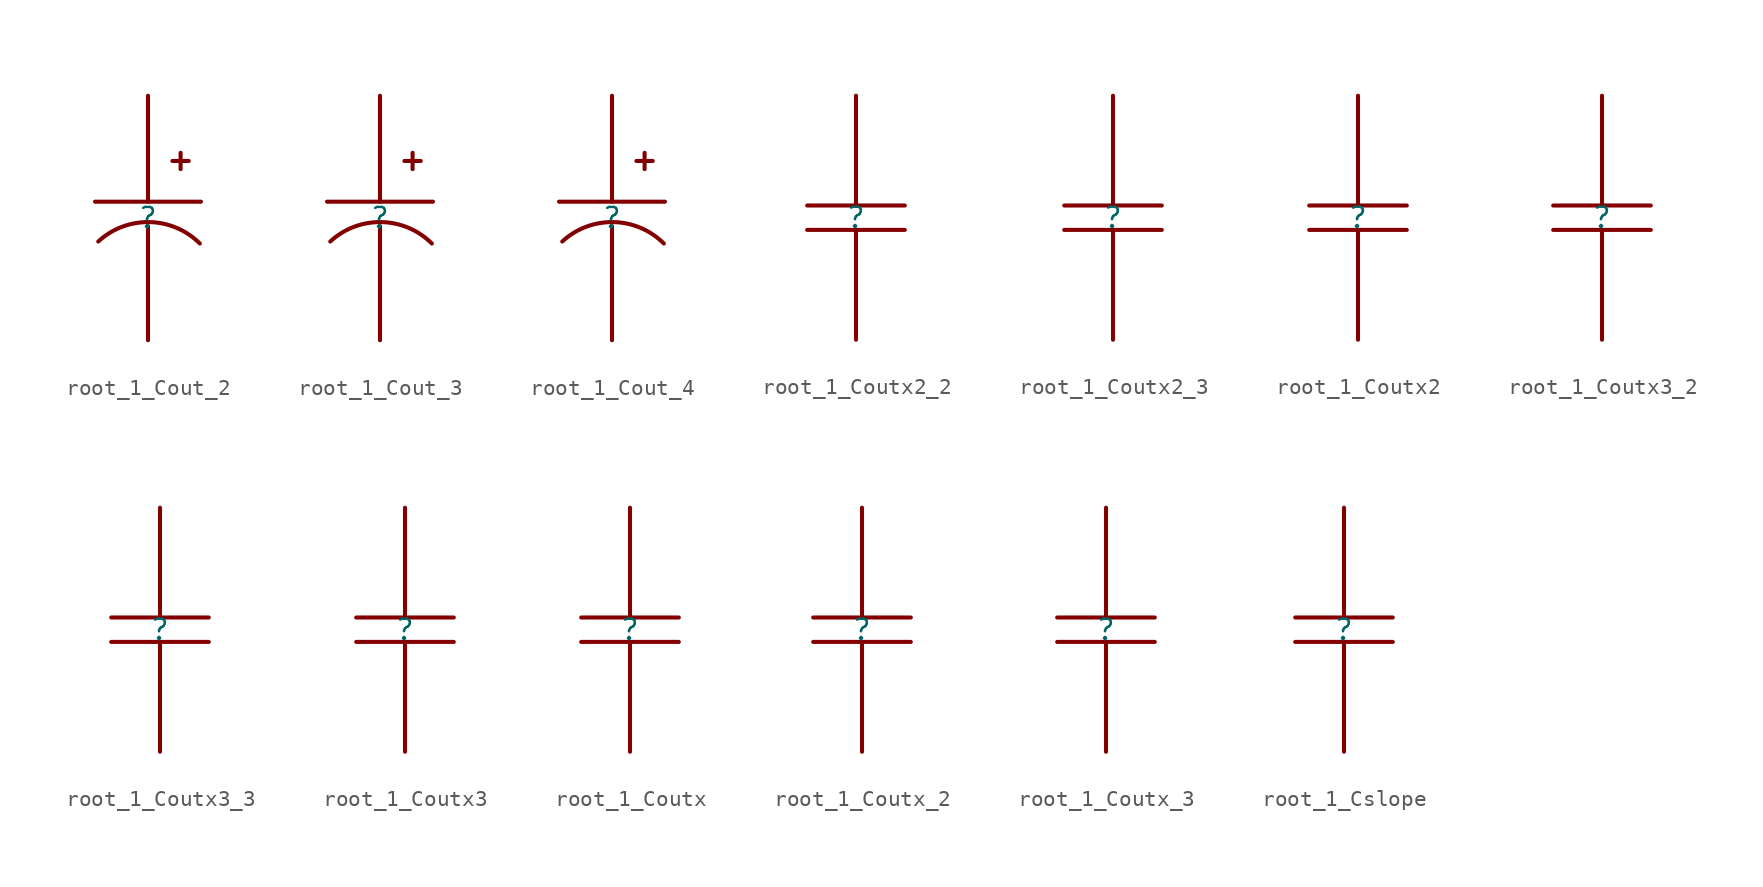
<source format=kicad_sym>
(kicad_symbol_lib
  (version 20231120)
  (generator "kicad_symbol_editor")
  (generator_version "8.0")
  (symbol "root_1_Cout_2"
    (property "Reference" ""
      (at 0 0 0)
      (effects (font (size 1.27 1.27))))
    (property "Value" ""
      (at 0 0 0)
      (effects (font (size 1.27 1.27))))
    (symbol "root_1_Cout_2_1_0"
      (polyline (pts (xy 0 -7.62) (xy 0 -0.508)) (stroke (width 0.254) (type solid)) (fill (type none)))
      (polyline (pts (xy 0 1.016) (xy 0 7.62)) (stroke (width 0.254) (type solid)) (fill (type none)))
      (polyline (pts (xy 2.032 3.048) (xy 2.032 4.064)) (stroke (width 0.254) (type solid)) (fill (type none)))
      (polyline (pts (xy 2.54 3.556) (xy 1.524 3.556)) (stroke (width 0.254) (type solid)) (fill (type none)))
      (polyline (pts (xy 3.302 1.016) (xy -3.302 1.016)) (stroke (width 0.254) (type solid)) (fill (type none)))
      (arc (start 3.2329 -1.5931) (mid 0.0914 -0.2549) (end -3.1011 -1.4665) (stroke (width 0.254) (type solid)) (fill (type none)))
      (pin passive line (at 0 7.62 270) (length 2.54) (name "+" (effects (font (size 0 0)))) (number "1" (effects (font (size 0 0)))))
      (pin passive line (at 0 -7.62 90) (length 2.54) (name "-" (effects (font (size 0 0)))) (number "2" (effects (font (size 0 0)))))))
  (symbol "root_1_Cout_3"
    (property "Reference" ""
      (at 0 0 0)
      (effects (font (size 1.27 1.27))))
    (property "Value" ""
      (at 0 0 0)
      (effects (font (size 1.27 1.27))))
    (symbol "root_1_Cout_3_1_0"
      (polyline (pts (xy 0 -7.62) (xy 0 -0.508)) (stroke (width 0.254) (type solid)) (fill (type none)))
      (polyline (pts (xy 0 1.016) (xy 0 7.62)) (stroke (width 0.254) (type solid)) (fill (type none)))
      (polyline (pts (xy 2.032 3.048) (xy 2.032 4.064)) (stroke (width 0.254) (type solid)) (fill (type none)))
      (polyline (pts (xy 2.54 3.556) (xy 1.524 3.556)) (stroke (width 0.254) (type solid)) (fill (type none)))
      (polyline (pts (xy 3.302 1.016) (xy -3.302 1.016)) (stroke (width 0.254) (type solid)) (fill (type none)))
      (arc (start 3.2329 -1.5931) (mid 0.0914 -0.2549) (end -3.1011 -1.4665) (stroke (width 0.254) (type solid)) (fill (type none)))
      (pin passive line (at 0 7.62 270) (length 2.54) (name "+" (effects (font (size 0 0)))) (number "1" (effects (font (size 0 0)))))
      (pin passive line (at 0 -7.62 90) (length 2.54) (name "-" (effects (font (size 0 0)))) (number "2" (effects (font (size 0 0)))))))
  (symbol "root_1_Cout_4"
    (property "Reference" ""
      (at 0 0 0)
      (effects (font (size 1.27 1.27))))
    (property "Value" ""
      (at 0 0 0)
      (effects (font (size 1.27 1.27))))
    (symbol "root_1_Cout_4_1_0"
      (polyline (pts (xy 0 -7.62) (xy 0 -0.508)) (stroke (width 0.254) (type solid)) (fill (type none)))
      (polyline (pts (xy 0 1.016) (xy 0 7.62)) (stroke (width 0.254) (type solid)) (fill (type none)))
      (polyline (pts (xy 2.032 3.048) (xy 2.032 4.064)) (stroke (width 0.254) (type solid)) (fill (type none)))
      (polyline (pts (xy 2.54 3.556) (xy 1.524 3.556)) (stroke (width 0.254) (type solid)) (fill (type none)))
      (polyline (pts (xy 3.302 1.016) (xy -3.302 1.016)) (stroke (width 0.254) (type solid)) (fill (type none)))
      (arc (start 3.2329 -1.5931) (mid 0.0914 -0.2549) (end -3.1011 -1.4665) (stroke (width 0.254) (type solid)) (fill (type none)))
      (pin passive line (at 0 7.62 270) (length 2.54) (name "+" (effects (font (size 0 0)))) (number "1" (effects (font (size 0 0)))))
      (pin passive line (at 0 -7.62 90) (length 2.54) (name "-" (effects (font (size 0 0)))) (number "2" (effects (font (size 0 0)))))))
  (symbol "root_1_Coutx2_2"
    (property "Reference" ""
      (at 0 0 0)
      (effects (font (size 1.27 1.27))))
    (property "Value" ""
      (at 0 0 0)
      (effects (font (size 1.27 1.27))))
    (symbol "root_1_Coutx2_2_1_0"
      (polyline (pts (xy 0 -7.62) (xy 0 -5.08)) (stroke (width 0.254) (type solid)) (fill (type none)))
      (polyline (pts (xy 0 -5.08) (xy 0 -0.762)) (stroke (width 0.254) (type solid)) (fill (type none)))
      (polyline (pts (xy 0 0.762) (xy 0 5.08)) (stroke (width 0.254) (type solid)) (fill (type none)))
      (polyline (pts (xy 0 7.62) (xy 0 5.08)) (stroke (width 0.254) (type solid)) (fill (type none)))
      (polyline (pts (xy 3.048 -0.762) (xy -3.048 -0.762)) (stroke (width 0.254) (type solid)) (fill (type none)))
      (polyline (pts (xy 3.048 0.762) (xy -3.048 0.762)) (stroke (width 0.254) (type solid)) (fill (type none)))
      (pin passive line (at 0 7.62 270) (length 2.54) (name "1" (effects (font (size 0 0)))) (number "1" (effects (font (size 0 0)))))
      (pin passive line (at 0 -7.62 90) (length 2.54) (name "2" (effects (font (size 0 0)))) (number "2" (effects (font (size 0 0)))))))
  (symbol "root_1_Coutx2_3"
    (property "Reference" ""
      (at 0 0 0)
      (effects (font (size 1.27 1.27))))
    (property "Value" ""
      (at 0 0 0)
      (effects (font (size 1.27 1.27))))
    (symbol "root_1_Coutx2_3_1_0"
      (polyline (pts (xy 0 -7.62) (xy 0 -5.08)) (stroke (width 0.254) (type solid)) (fill (type none)))
      (polyline (pts (xy 0 -5.08) (xy 0 -0.762)) (stroke (width 0.254) (type solid)) (fill (type none)))
      (polyline (pts (xy 0 0.762) (xy 0 5.08)) (stroke (width 0.254) (type solid)) (fill (type none)))
      (polyline (pts (xy 0 7.62) (xy 0 5.08)) (stroke (width 0.254) (type solid)) (fill (type none)))
      (polyline (pts (xy 3.048 -0.762) (xy -3.048 -0.762)) (stroke (width 0.254) (type solid)) (fill (type none)))
      (polyline (pts (xy 3.048 0.762) (xy -3.048 0.762)) (stroke (width 0.254) (type solid)) (fill (type none)))
      (pin passive line (at 0 7.62 270) (length 2.54) (name "1" (effects (font (size 0 0)))) (number "1" (effects (font (size 0 0)))))
      (pin passive line (at 0 -7.62 90) (length 2.54) (name "2" (effects (font (size 0 0)))) (number "2" (effects (font (size 0 0)))))))
  (symbol "root_1_Coutx2"
    (property "Reference" ""
      (at 0 0 0)
      (effects (font (size 1.27 1.27))))
    (property "Value" ""
      (at 0 0 0)
      (effects (font (size 1.27 1.27))))
    (symbol "root_1_Coutx2_1_0"
      (polyline (pts (xy 0 -7.62) (xy 0 -5.08)) (stroke (width 0.254) (type solid)) (fill (type none)))
      (polyline (pts (xy 0 -5.08) (xy 0 -0.762)) (stroke (width 0.254) (type solid)) (fill (type none)))
      (polyline (pts (xy 0 0.762) (xy 0 5.08)) (stroke (width 0.254) (type solid)) (fill (type none)))
      (polyline (pts (xy 0 7.62) (xy 0 5.08)) (stroke (width 0.254) (type solid)) (fill (type none)))
      (polyline (pts (xy 3.048 -0.762) (xy -3.048 -0.762)) (stroke (width 0.254) (type solid)) (fill (type none)))
      (polyline (pts (xy 3.048 0.762) (xy -3.048 0.762)) (stroke (width 0.254) (type solid)) (fill (type none)))
      (pin passive line (at 0 7.62 270) (length 2.54) (name "1" (effects (font (size 0 0)))) (number "1" (effects (font (size 0 0)))))
      (pin passive line (at 0 -7.62 90) (length 2.54) (name "2" (effects (font (size 0 0)))) (number "2" (effects (font (size 0 0)))))))
  (symbol "root_1_Coutx3_2"
    (property "Reference" ""
      (at 0 0 0)
      (effects (font (size 1.27 1.27))))
    (property "Value" ""
      (at 0 0 0)
      (effects (font (size 1.27 1.27))))
    (symbol "root_1_Coutx3_2_1_0"
      (polyline (pts (xy 0 -7.62) (xy 0 -5.08)) (stroke (width 0.254) (type solid)) (fill (type none)))
      (polyline (pts (xy 0 -5.08) (xy 0 -0.762)) (stroke (width 0.254) (type solid)) (fill (type none)))
      (polyline (pts (xy 0 0.762) (xy 0 5.08)) (stroke (width 0.254) (type solid)) (fill (type none)))
      (polyline (pts (xy 0 7.62) (xy 0 5.08)) (stroke (width 0.254) (type solid)) (fill (type none)))
      (polyline (pts (xy 3.048 -0.762) (xy -3.048 -0.762)) (stroke (width 0.254) (type solid)) (fill (type none)))
      (polyline (pts (xy 3.048 0.762) (xy -3.048 0.762)) (stroke (width 0.254) (type solid)) (fill (type none)))
      (pin passive line (at 0 7.62 270) (length 2.54) (name "1" (effects (font (size 0 0)))) (number "1" (effects (font (size 0 0)))))
      (pin passive line (at 0 -7.62 90) (length 2.54) (name "2" (effects (font (size 0 0)))) (number "2" (effects (font (size 0 0)))))))
  (symbol "root_1_Coutx3_3"
    (property "Reference" ""
      (at 0 0 0)
      (effects (font (size 1.27 1.27))))
    (property "Value" ""
      (at 0 0 0)
      (effects (font (size 1.27 1.27))))
    (symbol "root_1_Coutx3_3_1_0"
      (polyline (pts (xy 0 -7.62) (xy 0 -5.08)) (stroke (width 0.254) (type solid)) (fill (type none)))
      (polyline (pts (xy 0 -5.08) (xy 0 -0.762)) (stroke (width 0.254) (type solid)) (fill (type none)))
      (polyline (pts (xy 0 0.762) (xy 0 5.08)) (stroke (width 0.254) (type solid)) (fill (type none)))
      (polyline (pts (xy 0 7.62) (xy 0 5.08)) (stroke (width 0.254) (type solid)) (fill (type none)))
      (polyline (pts (xy 3.048 -0.762) (xy -3.048 -0.762)) (stroke (width 0.254) (type solid)) (fill (type none)))
      (polyline (pts (xy 3.048 0.762) (xy -3.048 0.762)) (stroke (width 0.254) (type solid)) (fill (type none)))
      (pin passive line (at 0 7.62 270) (length 2.54) (name "1" (effects (font (size 0 0)))) (number "1" (effects (font (size 0 0)))))
      (pin passive line (at 0 -7.62 90) (length 2.54) (name "2" (effects (font (size 0 0)))) (number "2" (effects (font (size 0 0)))))))
  (symbol "root_1_Coutx3"
    (property "Reference" ""
      (at 0 0 0)
      (effects (font (size 1.27 1.27))))
    (property "Value" ""
      (at 0 0 0)
      (effects (font (size 1.27 1.27))))
    (symbol "root_1_Coutx3_1_0"
      (polyline (pts (xy 0 -7.62) (xy 0 -5.08)) (stroke (width 0.254) (type solid)) (fill (type none)))
      (polyline (pts (xy 0 -5.08) (xy 0 -0.762)) (stroke (width 0.254) (type solid)) (fill (type none)))
      (polyline (pts (xy 0 0.762) (xy 0 5.08)) (stroke (width 0.254) (type solid)) (fill (type none)))
      (polyline (pts (xy 0 7.62) (xy 0 5.08)) (stroke (width 0.254) (type solid)) (fill (type none)))
      (polyline (pts (xy 3.048 -0.762) (xy -3.048 -0.762)) (stroke (width 0.254) (type solid)) (fill (type none)))
      (polyline (pts (xy 3.048 0.762) (xy -3.048 0.762)) (stroke (width 0.254) (type solid)) (fill (type none)))
      (pin passive line (at 0 7.62 270) (length 2.54) (name "1" (effects (font (size 0 0)))) (number "1" (effects (font (size 0 0)))))
      (pin passive line (at 0 -7.62 90) (length 2.54) (name "2" (effects (font (size 0 0)))) (number "2" (effects (font (size 0 0)))))))
  (symbol "root_1_Coutx"
    (property "Reference" ""
      (at 0 0 0)
      (effects (font (size 1.27 1.27))))
    (property "Value" ""
      (at 0 0 0)
      (effects (font (size 1.27 1.27))))
    (symbol "root_1_Coutx_1_0"
      (polyline (pts (xy 0 -7.62) (xy 0 -5.08)) (stroke (width 0.254) (type solid)) (fill (type none)))
      (polyline (pts (xy 0 -5.08) (xy 0 -0.762)) (stroke (width 0.254) (type solid)) (fill (type none)))
      (polyline (pts (xy 0 0.762) (xy 0 5.08)) (stroke (width 0.254) (type solid)) (fill (type none)))
      (polyline (pts (xy 0 7.62) (xy 0 5.08)) (stroke (width 0.254) (type solid)) (fill (type none)))
      (polyline (pts (xy 3.048 -0.762) (xy -3.048 -0.762)) (stroke (width 0.254) (type solid)) (fill (type none)))
      (polyline (pts (xy 3.048 0.762) (xy -3.048 0.762)) (stroke (width 0.254) (type solid)) (fill (type none)))
      (pin passive line (at 0 7.62 270) (length 2.54) (name "1" (effects (font (size 0 0)))) (number "1" (effects (font (size 0 0)))))
      (pin passive line (at 0 -7.62 90) (length 2.54) (name "2" (effects (font (size 0 0)))) (number "2" (effects (font (size 0 0)))))))
  (symbol "root_1_Coutx_2"
    (property "Reference" ""
      (at 0 0 0)
      (effects (font (size 1.27 1.27))))
    (property "Value" ""
      (at 0 0 0)
      (effects (font (size 1.27 1.27))))
    (symbol "root_1_Coutx_2_1_0"
      (polyline (pts (xy 0 -7.62) (xy 0 -5.08)) (stroke (width 0.254) (type solid)) (fill (type none)))
      (polyline (pts (xy 0 -5.08) (xy 0 -0.762)) (stroke (width 0.254) (type solid)) (fill (type none)))
      (polyline (pts (xy 0 0.762) (xy 0 5.08)) (stroke (width 0.254) (type solid)) (fill (type none)))
      (polyline (pts (xy 0 7.62) (xy 0 5.08)) (stroke (width 0.254) (type solid)) (fill (type none)))
      (polyline (pts (xy 3.048 -0.762) (xy -3.048 -0.762)) (stroke (width 0.254) (type solid)) (fill (type none)))
      (polyline (pts (xy 3.048 0.762) (xy -3.048 0.762)) (stroke (width 0.254) (type solid)) (fill (type none)))
      (pin passive line (at 0 7.62 270) (length 2.54) (name "1" (effects (font (size 0 0)))) (number "1" (effects (font (size 0 0)))))
      (pin passive line (at 0 -7.62 90) (length 2.54) (name "2" (effects (font (size 0 0)))) (number "2" (effects (font (size 0 0)))))))
  (symbol "root_1_Coutx_3"
    (property "Reference" ""
      (at 0 0 0)
      (effects (font (size 1.27 1.27))))
    (property "Value" ""
      (at 0 0 0)
      (effects (font (size 1.27 1.27))))
    (symbol "root_1_Coutx_3_1_0"
      (polyline (pts (xy 0 -7.62) (xy 0 -5.08)) (stroke (width 0.254) (type solid)) (fill (type none)))
      (polyline (pts (xy 0 -5.08) (xy 0 -0.762)) (stroke (width 0.254) (type solid)) (fill (type none)))
      (polyline (pts (xy 0 0.762) (xy 0 5.08)) (stroke (width 0.254) (type solid)) (fill (type none)))
      (polyline (pts (xy 0 7.62) (xy 0 5.08)) (stroke (width 0.254) (type solid)) (fill (type none)))
      (polyline (pts (xy 3.048 -0.762) (xy -3.048 -0.762)) (stroke (width 0.254) (type solid)) (fill (type none)))
      (polyline (pts (xy 3.048 0.762) (xy -3.048 0.762)) (stroke (width 0.254) (type solid)) (fill (type none)))
      (pin passive line (at 0 7.62 270) (length 2.54) (name "1" (effects (font (size 0 0)))) (number "1" (effects (font (size 0 0)))))
      (pin passive line (at 0 -7.62 90) (length 2.54) (name "2" (effects (font (size 0 0)))) (number "2" (effects (font (size 0 0)))))))
  (symbol "root_1_Cslope"
    (property "Reference" ""
      (at 0 0 0)
      (effects (font (size 1.27 1.27))))
    (property "Value" ""
      (at 0 0 0)
      (effects (font (size 1.27 1.27))))
    (symbol "root_1_Cslope_1_0"
      (polyline (pts (xy 0 -7.62) (xy 0 -5.08)) (stroke (width 0.254) (type solid)) (fill (type none)))
      (polyline (pts (xy 0 -5.08) (xy 0 -0.762)) (stroke (width 0.254) (type solid)) (fill (type none)))
      (polyline (pts (xy 0 0.762) (xy 0 5.08)) (stroke (width 0.254) (type solid)) (fill (type none)))
      (polyline (pts (xy 0 7.62) (xy 0 5.08)) (stroke (width 0.254) (type solid)) (fill (type none)))
      (polyline (pts (xy 3.048 -0.762) (xy -3.048 -0.762)) (stroke (width 0.254) (type solid)) (fill (type none)))
      (polyline (pts (xy 3.048 0.762) (xy -3.048 0.762)) (stroke (width 0.254) (type solid)) (fill (type none)))
      (pin passive line (at 0 7.62 270) (length 2.54) (name "1" (effects (font (size 0 0)))) (number "1" (effects (font (size 0 0)))))
      (pin passive line (at 0 -7.62 90) (length 2.54) (name "2" (effects (font (size 0 0)))) (number "2" (effects (font (size 0 0))))))))
</source>
